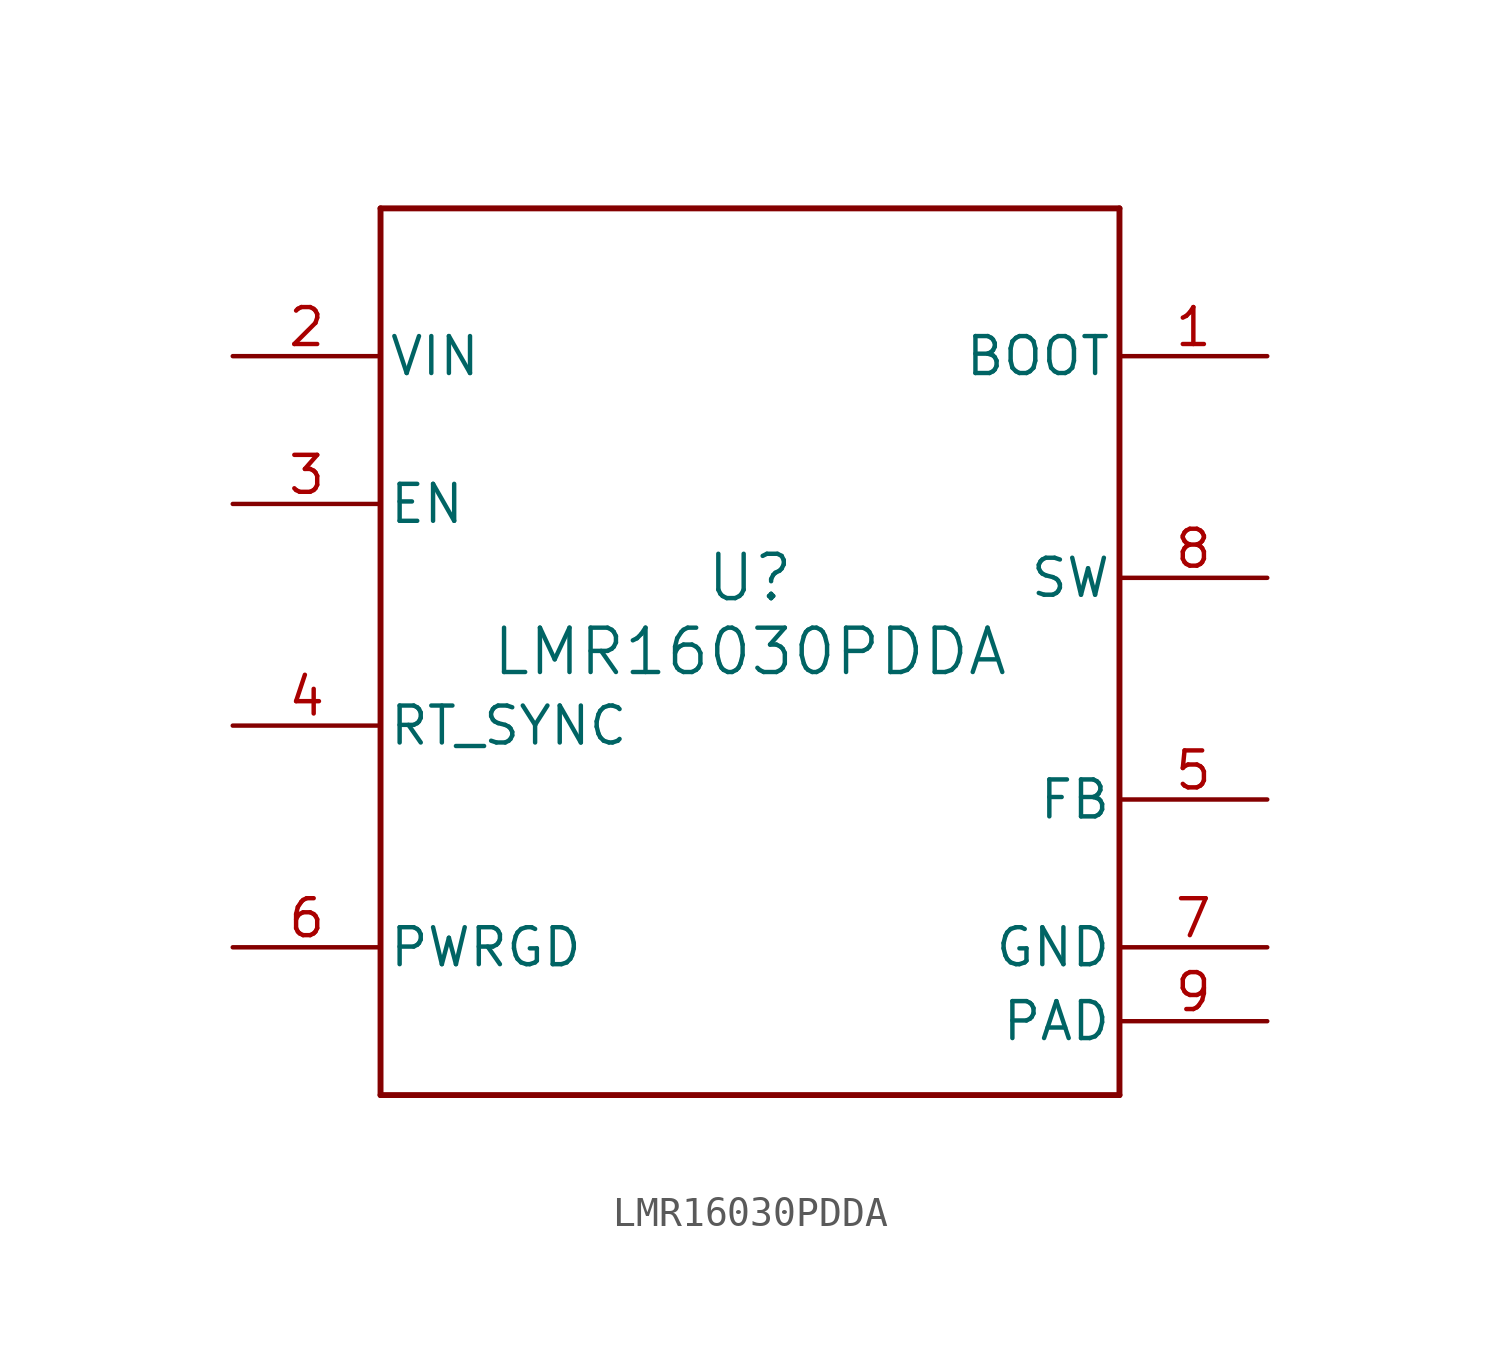
<source format=kicad_sym>
(kicad_symbol_lib
  (version 20211014)
  (generator kicad_symbol_editor)
  (symbol "LMR16030PDDA"
    (pin_names
      (offset 0.254))
    (property "Reference" "U"
      (at 0 2.54 0)
      (effects (font (size 1.524 1.524))))
    (property "Value" "LMR16030PDDA"
      (at 0 0 0)
      (effects (font (size 1.524 1.524))))
    (symbol "LMR16030PDDA_0_1"
      (polyline (pts (xy -12.7 -15.24) (xy 12.7 -15.24)) (stroke (width 0.203) (type default) (color 0 0 0 0)) (fill (type none)))
      (polyline (pts (xy 12.7 -15.24) (xy 12.7 15.24)) (stroke (width 0.203) (type default) (color 0 0 0 0)) (fill (type none)))
      (polyline (pts (xy 12.7 15.24) (xy -12.7 15.24)) (stroke (width 0.203) (type default) (color 0 0 0 0)) (fill (type none)))
      (polyline (pts (xy -12.7 15.24) (xy -12.7 -15.24)) (stroke (width 0.203) (type default) (color 0 0 0 0)) (fill (type none)))
      (pin unspecified line (at 17.78 10.16 180) (length 5.08) (name "BOOT" (effects (font (size 1.27 1.27)))) (number "1" (effects (font (size 1.27 1.27)))))
      (pin power_in line (at -17.78 10.16 0) (length 5.08) (name "VIN" (effects (font (size 1.27 1.27)))) (number "2" (effects (font (size 1.27 1.27)))))
      (pin input line (at -17.78 5.08 0) (length 5.08) (name "EN" (effects (font (size 1.27 1.27)))) (number "3" (effects (font (size 1.27 1.27)))))
      (pin unspecified line (at -17.78 -2.54 0) (length 5.08) (name "RT_SYNC" (effects (font (size 1.27 1.27)))) (number "4" (effects (font (size 1.27 1.27)))))
      (pin input line (at 17.78 -5.08 180) (length 5.08) (name "FB" (effects (font (size 1.27 1.27)))) (number "5" (effects (font (size 1.27 1.27)))))
      (pin output line (at -17.78 -10.16 0) (length 5.08) (name "PWRGD" (effects (font (size 1.27 1.27)))) (number "6" (effects (font (size 1.27 1.27)))))
      (pin power_in line (at 17.78 -10.16 180) (length 5.08) (name "GND" (effects (font (size 1.27 1.27)))) (number "7" (effects (font (size 1.27 1.27)))))
      (pin power_in line (at 17.78 2.54 180) (length 5.08) (name "SW" (effects (font (size 1.27 1.27)))) (number "8" (effects (font (size 1.27 1.27)))))
      (pin power_in line (at 17.78 -12.7 180) (length 5.08) (name "PAD" (effects (font (size 1.27 1.27)))) (number "9" (effects (font (size 1.27 1.27))))))))
</source>
